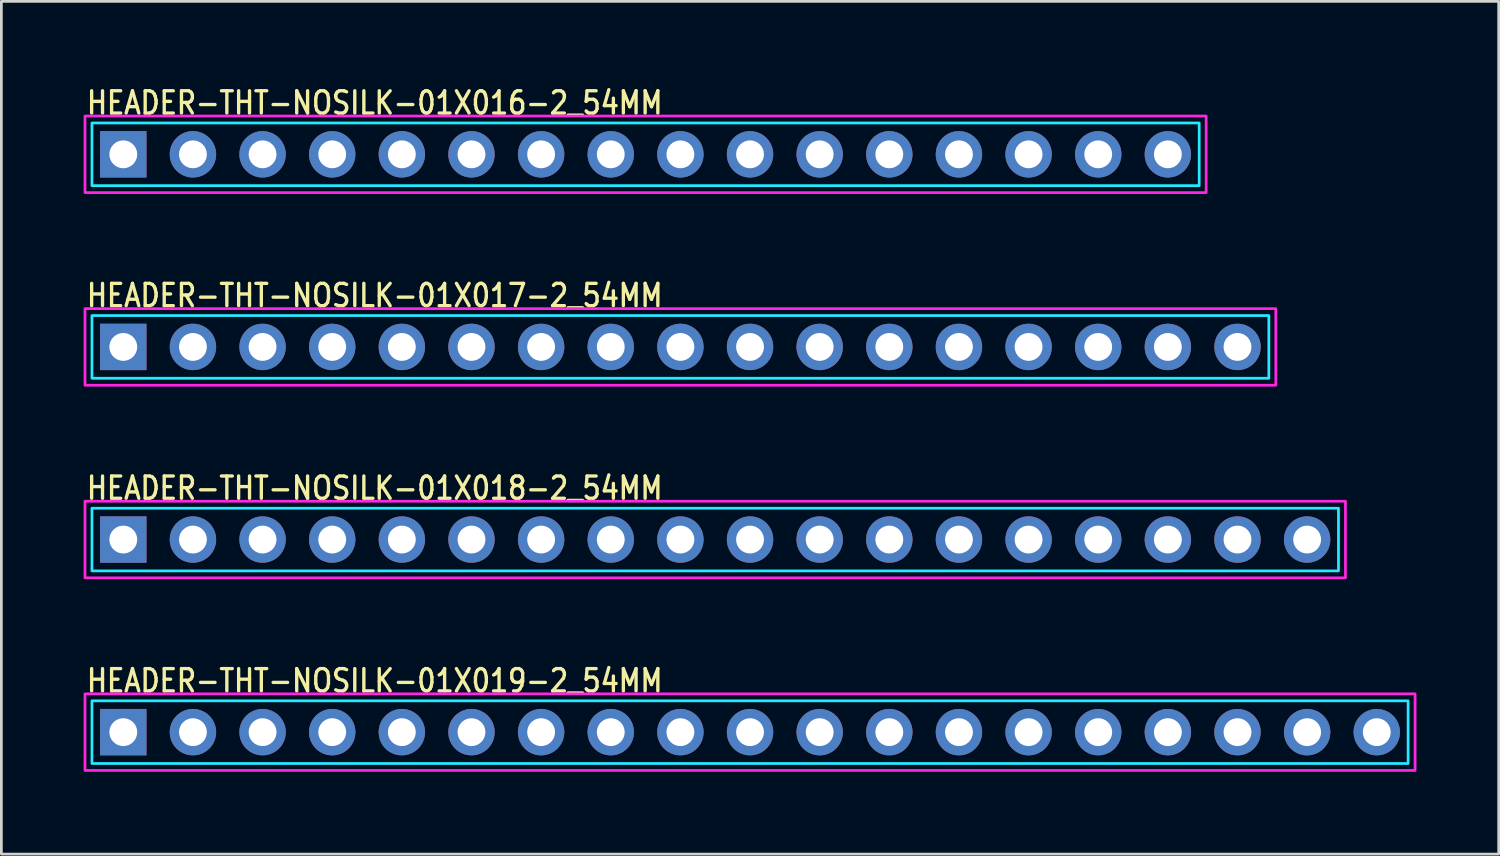
<source format=kicad_pcb>
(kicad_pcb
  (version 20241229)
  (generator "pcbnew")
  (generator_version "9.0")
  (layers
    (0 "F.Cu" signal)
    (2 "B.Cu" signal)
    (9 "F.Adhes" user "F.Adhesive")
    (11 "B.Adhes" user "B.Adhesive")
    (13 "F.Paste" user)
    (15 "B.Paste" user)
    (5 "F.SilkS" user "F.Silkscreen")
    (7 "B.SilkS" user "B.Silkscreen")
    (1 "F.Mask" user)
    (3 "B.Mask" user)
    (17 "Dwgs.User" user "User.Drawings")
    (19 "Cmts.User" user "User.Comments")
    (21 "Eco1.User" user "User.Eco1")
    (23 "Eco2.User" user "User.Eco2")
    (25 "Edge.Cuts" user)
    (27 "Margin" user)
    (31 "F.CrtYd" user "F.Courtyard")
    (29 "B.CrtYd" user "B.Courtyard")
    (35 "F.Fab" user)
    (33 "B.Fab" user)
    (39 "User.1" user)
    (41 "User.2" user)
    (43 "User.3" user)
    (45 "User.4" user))
  (footprint "HEADER-THT-NOSILK-01X019-2_54MM"
    (layer "F.Cu")
    (at 1.447 23.655)
    (property "Reference" "HEADER-THT-NOSILK-01X019-2_54MM" (at -1.4 -1.4 0) (unlocked yes) (layer "F.SilkS") (effects (font (size 0.813 0.695) (thickness 0.122)) (justify left bottom)))
    (fp_poly (pts (xy -1.143 -1.143) (xy 46.863 -1.143) (xy 46.863 1.143) (xy -1.143 1.143)) (stroke (width 0.1) (type solid)) (fill no) (layer "B.CrtYd"))
    (fp_poly (pts (xy -1.397 -1.397) (xy 47.117 -1.397) (xy 47.117 1.397) (xy -1.397 1.397)) (stroke (width 0.1) (type solid)) (fill no) (layer "F.CrtYd"))
    (pad "1" thru_hole rect (at 0 0) (size 1.693 1.693) (drill 1.016) (layers "*.Cu" "*.Mask"))
    (pad "2" thru_hole oval (at 2.54 0) (size 1.693 1.693) (drill 1.016) (layers "*.Cu" "*.Mask"))
    (pad "3" thru_hole oval (at 5.08 0) (size 1.693 1.693) (drill 1.016) (layers "*.Cu" "*.Mask"))
    (pad "4" thru_hole oval (at 7.62 0) (size 1.693 1.693) (drill 1.016) (layers "*.Cu" "*.Mask"))
    (pad "5" thru_hole oval (at 10.16 0) (size 1.693 1.693) (drill 1.016) (layers "*.Cu" "*.Mask"))
    (pad "6" thru_hole oval (at 12.7 0) (size 1.693 1.693) (drill 1.016) (layers "*.Cu" "*.Mask"))
    (pad "7" thru_hole oval (at 15.24 0) (size 1.693 1.693) (drill 1.016) (layers "*.Cu" "*.Mask"))
    (pad "8" thru_hole oval (at 17.78 0) (size 1.693 1.693) (drill 1.016) (layers "*.Cu" "*.Mask"))
    (pad "9" thru_hole oval (at 20.32 0) (size 1.693 1.693) (drill 1.016) (layers "*.Cu" "*.Mask"))
    (pad "10" thru_hole oval (at 22.86 0) (size 1.693 1.693) (drill 1.016) (layers "*.Cu" "*.Mask"))
    (pad "11" thru_hole oval (at 25.4 0) (size 1.693 1.693) (drill 1.016) (layers "*.Cu" "*.Mask"))
    (pad "12" thru_hole oval (at 27.94 0) (size 1.693 1.693) (drill 1.016) (layers "*.Cu" "*.Mask"))
    (pad "13" thru_hole oval (at 30.48 0) (size 1.693 1.693) (drill 1.016) (layers "*.Cu" "*.Mask"))
    (pad "14" thru_hole oval (at 33.02 0) (size 1.693 1.693) (drill 1.016) (layers "*.Cu" "*.Mask"))
    (pad "15" thru_hole oval (at 35.56 0) (size 1.693 1.693) (drill 1.016) (layers "*.Cu" "*.Mask"))
    (pad "16" thru_hole oval (at 38.1 0) (size 1.693 1.693) (drill 1.016) (layers "*.Cu" "*.Mask"))
    (pad "17" thru_hole oval (at 40.64 0) (size 1.693 1.693) (drill 1.016) (layers "*.Cu" "*.Mask"))
    (pad "18" thru_hole oval (at 43.18 0) (size 1.693 1.693) (drill 1.016) (layers "*.Cu" "*.Mask"))
    (pad "19" thru_hole oval (at 45.72 0) (size 1.693 1.693) (drill 1.016) (layers "*.Cu" "*.Mask")))
  (footprint "HEADER-THT-NOSILK-01X018-2_54MM"
    (layer "F.Cu")
    (at 1.447 16.63)
    (property "Reference" "HEADER-THT-NOSILK-01X018-2_54MM" (at -1.4 -1.4 0) (unlocked yes) (layer "F.SilkS") (effects (font (size 0.813 0.695) (thickness 0.122)) (justify left bottom)))
    (fp_poly (pts (xy -1.143 -1.143) (xy 44.323 -1.143) (xy 44.323 1.143) (xy -1.143 1.143)) (stroke (width 0.1) (type solid)) (fill no) (layer "B.CrtYd"))
    (fp_poly (pts (xy -1.397 -1.397) (xy 44.577 -1.397) (xy 44.577 1.397) (xy -1.397 1.397)) (stroke (width 0.1) (type solid)) (fill no) (layer "F.CrtYd"))
    (pad "1" thru_hole rect (at 0 0) (size 1.693 1.693) (drill 1.016) (layers "*.Cu" "*.Mask"))
    (pad "2" thru_hole oval (at 2.54 0) (size 1.693 1.693) (drill 1.016) (layers "*.Cu" "*.Mask"))
    (pad "3" thru_hole oval (at 5.08 0) (size 1.693 1.693) (drill 1.016) (layers "*.Cu" "*.Mask"))
    (pad "4" thru_hole oval (at 7.62 0) (size 1.693 1.693) (drill 1.016) (layers "*.Cu" "*.Mask"))
    (pad "5" thru_hole oval (at 10.16 0) (size 1.693 1.693) (drill 1.016) (layers "*.Cu" "*.Mask"))
    (pad "6" thru_hole oval (at 12.7 0) (size 1.693 1.693) (drill 1.016) (layers "*.Cu" "*.Mask"))
    (pad "7" thru_hole oval (at 15.24 0) (size 1.693 1.693) (drill 1.016) (layers "*.Cu" "*.Mask"))
    (pad "8" thru_hole oval (at 17.78 0) (size 1.693 1.693) (drill 1.016) (layers "*.Cu" "*.Mask"))
    (pad "9" thru_hole oval (at 20.32 0) (size 1.693 1.693) (drill 1.016) (layers "*.Cu" "*.Mask"))
    (pad "10" thru_hole oval (at 22.86 0) (size 1.693 1.693) (drill 1.016) (layers "*.Cu" "*.Mask"))
    (pad "11" thru_hole oval (at 25.4 0) (size 1.693 1.693) (drill 1.016) (layers "*.Cu" "*.Mask"))
    (pad "12" thru_hole oval (at 27.94 0) (size 1.693 1.693) (drill 1.016) (layers "*.Cu" "*.Mask"))
    (pad "13" thru_hole oval (at 30.48 0) (size 1.693 1.693) (drill 1.016) (layers "*.Cu" "*.Mask"))
    (pad "14" thru_hole oval (at 33.02 0) (size 1.693 1.693) (drill 1.016) (layers "*.Cu" "*.Mask"))
    (pad "15" thru_hole oval (at 35.56 0) (size 1.693 1.693) (drill 1.016) (layers "*.Cu" "*.Mask"))
    (pad "16" thru_hole oval (at 38.1 0) (size 1.693 1.693) (drill 1.016) (layers "*.Cu" "*.Mask"))
    (pad "17" thru_hole oval (at 40.64 0) (size 1.693 1.693) (drill 1.016) (layers "*.Cu" "*.Mask"))
    (pad "18" thru_hole oval (at 43.18 0) (size 1.693 1.693) (drill 1.016) (layers "*.Cu" "*.Mask")))
  (footprint "HEADER-THT-NOSILK-01X017-2_54MM"
    (layer "F.Cu")
    (at 1.447 9.604)
    (property "Reference" "HEADER-THT-NOSILK-01X017-2_54MM" (at -1.4 -1.4 0) (unlocked yes) (layer "F.SilkS") (effects (font (size 0.813 0.695) (thickness 0.122)) (justify left bottom)))
    (fp_poly (pts (xy -1.143 -1.143) (xy 41.783 -1.143) (xy 41.783 1.143) (xy -1.143 1.143)) (stroke (width 0.1) (type solid)) (fill no) (layer "B.CrtYd"))
    (fp_poly (pts (xy -1.397 -1.397) (xy 42.037 -1.397) (xy 42.037 1.397) (xy -1.397 1.397)) (stroke (width 0.1) (type solid)) (fill no) (layer "F.CrtYd"))
    (pad "1" thru_hole rect (at 0 0) (size 1.693 1.693) (drill 1.016) (layers "*.Cu" "*.Mask"))
    (pad "2" thru_hole oval (at 2.54 0) (size 1.693 1.693) (drill 1.016) (layers "*.Cu" "*.Mask"))
    (pad "3" thru_hole oval (at 5.08 0) (size 1.693 1.693) (drill 1.016) (layers "*.Cu" "*.Mask"))
    (pad "4" thru_hole oval (at 7.62 0) (size 1.693 1.693) (drill 1.016) (layers "*.Cu" "*.Mask"))
    (pad "5" thru_hole oval (at 10.16 0) (size 1.693 1.693) (drill 1.016) (layers "*.Cu" "*.Mask"))
    (pad "6" thru_hole oval (at 12.7 0) (size 1.693 1.693) (drill 1.016) (layers "*.Cu" "*.Mask"))
    (pad "7" thru_hole oval (at 15.24 0) (size 1.693 1.693) (drill 1.016) (layers "*.Cu" "*.Mask"))
    (pad "8" thru_hole oval (at 17.78 0) (size 1.693 1.693) (drill 1.016) (layers "*.Cu" "*.Mask"))
    (pad "9" thru_hole oval (at 20.32 0) (size 1.693 1.693) (drill 1.016) (layers "*.Cu" "*.Mask"))
    (pad "10" thru_hole oval (at 22.86 0) (size 1.693 1.693) (drill 1.016) (layers "*.Cu" "*.Mask"))
    (pad "11" thru_hole oval (at 25.4 0) (size 1.693 1.693) (drill 1.016) (layers "*.Cu" "*.Mask"))
    (pad "12" thru_hole oval (at 27.94 0) (size 1.693 1.693) (drill 1.016) (layers "*.Cu" "*.Mask"))
    (pad "13" thru_hole oval (at 30.48 0) (size 1.693 1.693) (drill 1.016) (layers "*.Cu" "*.Mask"))
    (pad "14" thru_hole oval (at 33.02 0) (size 1.693 1.693) (drill 1.016) (layers "*.Cu" "*.Mask"))
    (pad "15" thru_hole oval (at 35.56 0) (size 1.693 1.693) (drill 1.016) (layers "*.Cu" "*.Mask"))
    (pad "16" thru_hole oval (at 38.1 0) (size 1.693 1.693) (drill 1.016) (layers "*.Cu" "*.Mask"))
    (pad "17" thru_hole oval (at 40.64 0) (size 1.693 1.693) (drill 1.016) (layers "*.Cu" "*.Mask")))
  (footprint "HEADER-THT-NOSILK-01X016-2_54MM"
    (layer "F.Cu")
    (at 1.447 2.579)
    (property "Reference" "HEADER-THT-NOSILK-01X016-2_54MM" (at -1.4 -1.4 0) (unlocked yes) (layer "F.SilkS") (effects (font (size 0.813 0.695) (thickness 0.122)) (justify left bottom)))
    (fp_poly (pts (xy -1.143 -1.143) (xy 39.243 -1.143) (xy 39.243 1.143) (xy -1.143 1.143)) (stroke (width 0.1) (type solid)) (fill no) (layer "B.CrtYd"))
    (fp_poly (pts (xy -1.397 -1.397) (xy 39.497 -1.397) (xy 39.497 1.397) (xy -1.397 1.397)) (stroke (width 0.1) (type solid)) (fill no) (layer "F.CrtYd"))
    (pad "1" thru_hole rect (at 0 0) (size 1.693 1.693) (drill 1.016) (layers "*.Cu" "*.Mask"))
    (pad "2" thru_hole oval (at 2.54 0) (size 1.693 1.693) (drill 1.016) (layers "*.Cu" "*.Mask"))
    (pad "3" thru_hole oval (at 5.08 0) (size 1.693 1.693) (drill 1.016) (layers "*.Cu" "*.Mask"))
    (pad "4" thru_hole oval (at 7.62 0) (size 1.693 1.693) (drill 1.016) (layers "*.Cu" "*.Mask"))
    (pad "5" thru_hole oval (at 10.16 0) (size 1.693 1.693) (drill 1.016) (layers "*.Cu" "*.Mask"))
    (pad "6" thru_hole oval (at 12.7 0) (size 1.693 1.693) (drill 1.016) (layers "*.Cu" "*.Mask"))
    (pad "7" thru_hole oval (at 15.24 0) (size 1.693 1.693) (drill 1.016) (layers "*.Cu" "*.Mask"))
    (pad "8" thru_hole oval (at 17.78 0) (size 1.693 1.693) (drill 1.016) (layers "*.Cu" "*.Mask"))
    (pad "9" thru_hole oval (at 20.32 0) (size 1.693 1.693) (drill 1.016) (layers "*.Cu" "*.Mask"))
    (pad "10" thru_hole oval (at 22.86 0) (size 1.693 1.693) (drill 1.016) (layers "*.Cu" "*.Mask"))
    (pad "11" thru_hole oval (at 25.4 0) (size 1.693 1.693) (drill 1.016) (layers "*.Cu" "*.Mask"))
    (pad "12" thru_hole oval (at 27.94 0) (size 1.693 1.693) (drill 1.016) (layers "*.Cu" "*.Mask"))
    (pad "13" thru_hole oval (at 30.48 0) (size 1.693 1.693) (drill 1.016) (layers "*.Cu" "*.Mask"))
    (pad "14" thru_hole oval (at 33.02 0) (size 1.693 1.693) (drill 1.016) (layers "*.Cu" "*.Mask"))
    (pad "15" thru_hole oval (at 35.56 0) (size 1.693 1.693) (drill 1.016) (layers "*.Cu" "*.Mask"))
    (pad "16" thru_hole oval (at 38.1 0) (size 1.693 1.693) (drill 1.016) (layers "*.Cu" "*.Mask")))
  (gr_rect
    (start -3 -3)
    (end 51.614 28.102)
    (stroke (width 0.1) (type default))
    (fill no)
    (layer "Edge.Cuts")))
</source>
